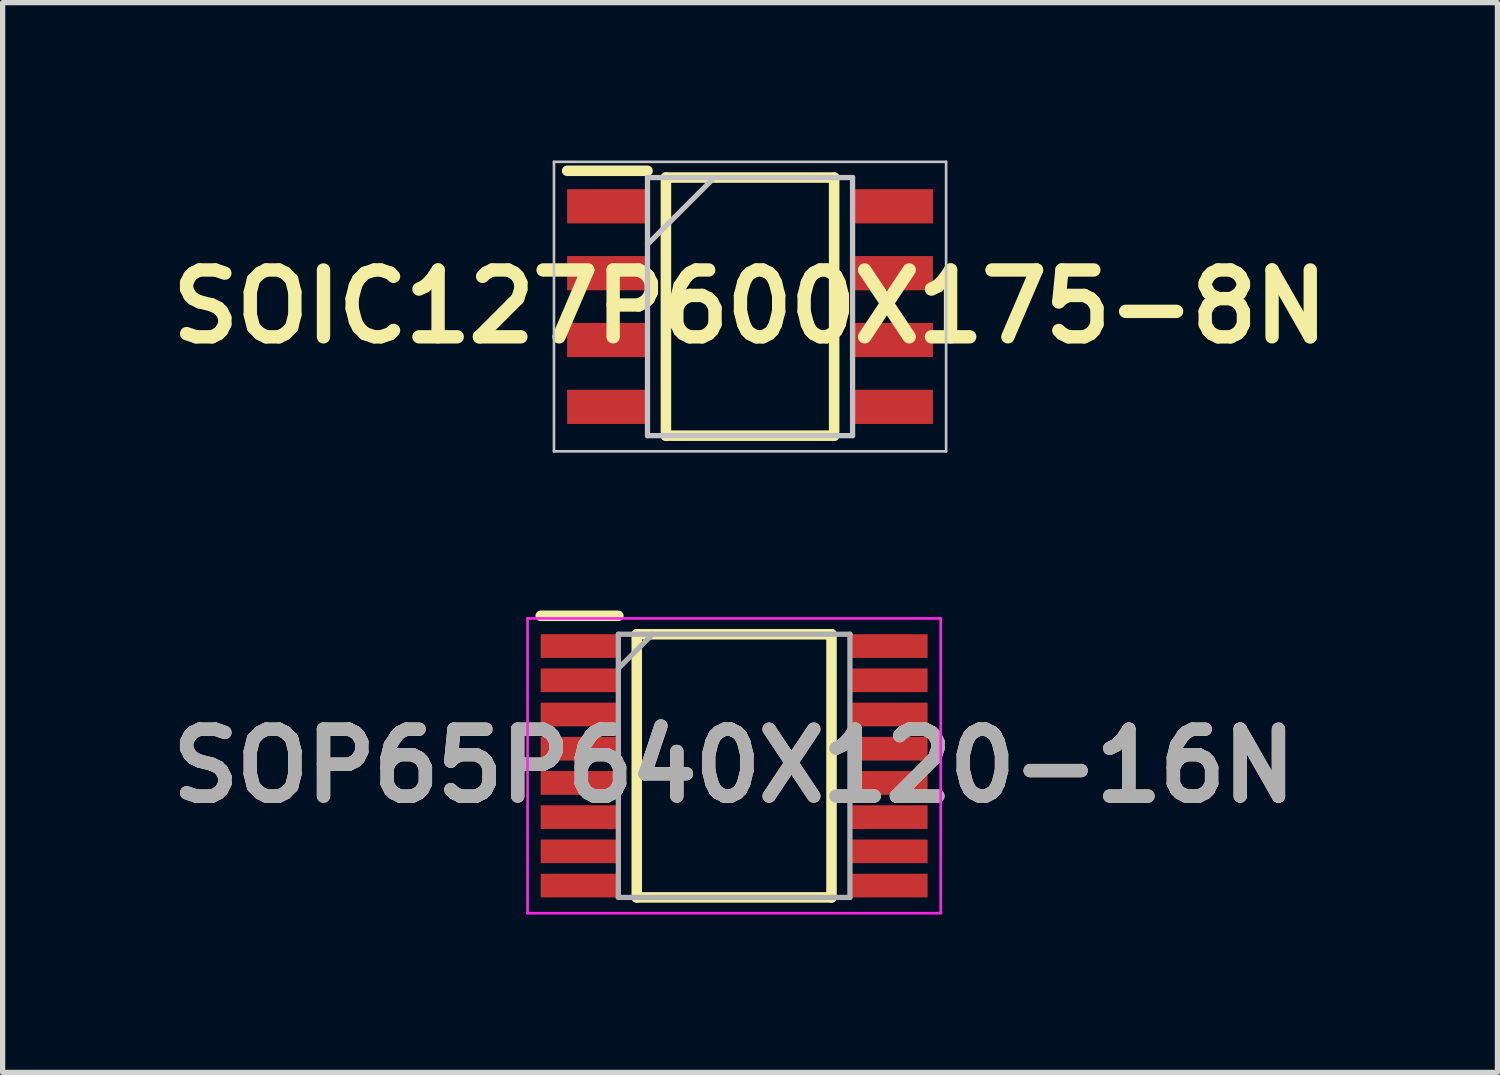
<source format=kicad_pcb>
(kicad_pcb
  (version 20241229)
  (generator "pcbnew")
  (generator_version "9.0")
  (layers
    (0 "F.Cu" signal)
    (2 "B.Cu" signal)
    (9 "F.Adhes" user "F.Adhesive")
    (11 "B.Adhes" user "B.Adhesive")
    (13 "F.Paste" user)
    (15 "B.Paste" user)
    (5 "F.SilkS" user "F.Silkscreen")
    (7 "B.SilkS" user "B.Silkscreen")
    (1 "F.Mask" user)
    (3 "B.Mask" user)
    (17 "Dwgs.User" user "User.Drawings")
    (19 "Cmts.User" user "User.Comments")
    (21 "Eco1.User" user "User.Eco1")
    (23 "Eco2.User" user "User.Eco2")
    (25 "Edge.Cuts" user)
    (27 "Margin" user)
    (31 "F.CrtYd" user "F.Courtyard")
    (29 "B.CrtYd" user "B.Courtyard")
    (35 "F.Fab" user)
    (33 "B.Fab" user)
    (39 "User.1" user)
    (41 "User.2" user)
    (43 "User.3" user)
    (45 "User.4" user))
  (footprint "SOIC127P600X175-8N"
    (layer "F.Cu")
    (at 11.2 2.775)
    (property "Reference" "SOIC127P600X175-8N" (at 0 0 0) (layer "F.SilkS") (effects (font (size 1.27 1.27) (thickness 0.254))))
    (attr smd)
    (fp_line (start -3.475 -2.58) (end -1.948 -2.58) (stroke (width 0.2) (type solid)) (layer "F.SilkS"))
    (fp_line (start -1.598 -2.452) (end 1.598 -2.452) (stroke (width 0.2) (type solid)) (layer "F.SilkS"))
    (fp_line (start -1.598 2.452) (end -1.598 -2.452) (stroke (width 0.2) (type solid)) (layer "F.SilkS"))
    (fp_line (start 1.598 -2.452) (end 1.598 2.452) (stroke (width 0.2) (type solid)) (layer "F.SilkS"))
    (fp_line (start 1.598 2.452) (end -1.598 2.452) (stroke (width 0.2) (type solid)) (layer "F.SilkS"))
    (fp_line (start -3.725 -2.75) (end 3.725 -2.75) (stroke (width 0.05) (type solid)) (layer "Dwgs.User"))
    (fp_line (start -3.725 2.75) (end -3.725 -2.75) (stroke (width 0.05) (type solid)) (layer "Dwgs.User"))
    (fp_line (start -1.948 -2.452) (end 1.948 -2.452) (stroke (width 0.1) (type solid)) (layer "Dwgs.User"))
    (fp_line (start -1.948 -1.182) (end -0.678 -2.452) (stroke (width 0.1) (type solid)) (layer "Dwgs.User"))
    (fp_line (start -1.948 2.452) (end -1.948 -2.452) (stroke (width 0.1) (type solid)) (layer "Dwgs.User"))
    (fp_line (start 1.948 -2.452) (end 1.948 2.452) (stroke (width 0.1) (type solid)) (layer "Dwgs.User"))
    (fp_line (start 1.948 2.452) (end -1.948 2.452) (stroke (width 0.1) (type solid)) (layer "Dwgs.User"))
    (fp_line (start 3.725 -2.75) (end 3.725 2.75) (stroke (width 0.05) (type solid)) (layer "Dwgs.User"))
    (fp_line (start 3.725 2.75) (end -3.725 2.75) (stroke (width 0.05) (type solid)) (layer "Dwgs.User"))
    (pad "1" smd rect (at -2.711 -1.905 90) (size 0.65 1.528) (layers "F.Cu" "F.Mask" "F.Paste"))
    (pad "2" smd rect (at -2.711 -0.635 90) (size 0.65 1.528) (layers "F.Cu" "F.Mask" "F.Paste"))
    (pad "3" smd rect (at -2.711 0.635 90) (size 0.65 1.528) (layers "F.Cu" "F.Mask" "F.Paste"))
    (pad "4" smd rect (at -2.711 1.905 90) (size 0.65 1.528) (layers "F.Cu" "F.Mask" "F.Paste"))
    (pad "5" smd rect (at 2.711 1.905 90) (size 0.65 1.528) (layers "F.Cu" "F.Mask" "F.Paste"))
    (pad "6" smd rect (at 2.711 0.635 90) (size 0.65 1.528) (layers "F.Cu" "F.Mask" "F.Paste"))
    (pad "7" smd rect (at 2.711 -0.635 90) (size 0.65 1.528) (layers "F.Cu" "F.Mask" "F.Paste"))
    (pad "8" smd rect (at 2.711 -1.905 90) (size 0.65 1.528) (layers "F.Cu" "F.Mask" "F.Paste")))
  (footprint "SOP65P640X120-16N"
    (layer "F.Cu")
    (at 10.898 11.5)
    (property "Reference" "SOP65P640X120-16N" (at 0 0 0) (layer "F.SilkS") (effects (font (size 1.27 1.27) (thickness 0.254))))
    (attr smd)
    (fp_line (start -3.675 -2.85) (end -2.2 -2.85) (stroke (width 0.2) (type solid)) (layer "F.SilkS"))
    (fp_line (start -1.85 -2.5) (end 1.85 -2.5) (stroke (width 0.2) (type solid)) (layer "F.SilkS"))
    (fp_line (start -1.85 2.5) (end -1.85 -2.5) (stroke (width 0.2) (type solid)) (layer "F.SilkS"))
    (fp_line (start 1.85 -2.5) (end 1.85 2.5) (stroke (width 0.2) (type solid)) (layer "F.SilkS"))
    (fp_line (start 1.85 2.5) (end -1.85 2.5) (stroke (width 0.2) (type solid)) (layer "F.SilkS"))
    (fp_line (start -3.925 -2.8) (end 3.925 -2.8) (stroke (width 0.05) (type solid)) (layer "F.CrtYd"))
    (fp_line (start -3.925 2.8) (end -3.925 -2.8) (stroke (width 0.05) (type solid)) (layer "F.CrtYd"))
    (fp_line (start 3.925 -2.8) (end 3.925 2.8) (stroke (width 0.05) (type solid)) (layer "F.CrtYd"))
    (fp_line (start 3.925 2.8) (end -3.925 2.8) (stroke (width 0.05) (type solid)) (layer "F.CrtYd"))
    (fp_line (start -2.2 -2.5) (end 2.2 -2.5) (stroke (width 0.1) (type solid)) (layer "F.Fab"))
    (fp_line (start -2.2 -1.85) (end -1.55 -2.5) (stroke (width 0.1) (type solid)) (layer "F.Fab"))
    (fp_line (start -2.2 2.5) (end -2.2 -2.5) (stroke (width 0.1) (type solid)) (layer "F.Fab"))
    (fp_line (start 2.2 -2.5) (end 2.2 2.5) (stroke (width 0.1) (type solid)) (layer "F.Fab"))
    (fp_line (start 2.2 2.5) (end -2.2 2.5) (stroke (width 0.1) (type solid)) (layer "F.Fab"))
    (fp_text user "${REFERENCE}" (at 0 0 0) (layer "F.Fab") (effects (font (size 1.27 1.27) (thickness 0.254))))
    (pad "1" smd rect (at -2.938 -2.275 90) (size 0.45 1.475) (layers "F.Cu" "F.Mask" "F.Paste"))
    (pad "2" smd rect (at -2.938 -1.625 90) (size 0.45 1.475) (layers "F.Cu" "F.Mask" "F.Paste"))
    (pad "3" smd rect (at -2.938 -0.975 90) (size 0.45 1.475) (layers "F.Cu" "F.Mask" "F.Paste"))
    (pad "4" smd rect (at -2.938 -0.325 90) (size 0.45 1.475) (layers "F.Cu" "F.Mask" "F.Paste"))
    (pad "5" smd rect (at -2.938 0.325 90) (size 0.45 1.475) (layers "F.Cu" "F.Mask" "F.Paste"))
    (pad "6" smd rect (at -2.938 0.975 90) (size 0.45 1.475) (layers "F.Cu" "F.Mask" "F.Paste"))
    (pad "7" smd rect (at -2.938 1.625 90) (size 0.45 1.475) (layers "F.Cu" "F.Mask" "F.Paste"))
    (pad "8" smd rect (at -2.938 2.275 90) (size 0.45 1.475) (layers "F.Cu" "F.Mask" "F.Paste"))
    (pad "9" smd rect (at 2.938 2.275 90) (size 0.45 1.475) (layers "F.Cu" "F.Mask" "F.Paste"))
    (pad "10" smd rect (at 2.938 1.625 90) (size 0.45 1.475) (layers "F.Cu" "F.Mask" "F.Paste"))
    (pad "11" smd rect (at 2.938 0.975 90) (size 0.45 1.475) (layers "F.Cu" "F.Mask" "F.Paste"))
    (pad "12" smd rect (at 2.938 0.325 90) (size 0.45 1.475) (layers "F.Cu" "F.Mask" "F.Paste"))
    (pad "13" smd rect (at 2.938 -0.325 90) (size 0.45 1.475) (layers "F.Cu" "F.Mask" "F.Paste"))
    (pad "14" smd rect (at 2.938 -0.975 90) (size 0.45 1.475) (layers "F.Cu" "F.Mask" "F.Paste"))
    (pad "15" smd rect (at 2.938 -1.625 90) (size 0.45 1.475) (layers "F.Cu" "F.Mask" "F.Paste"))
    (pad "16" smd rect (at 2.938 -2.275 90) (size 0.45 1.475) (layers "F.Cu" "F.Mask" "F.Paste")))
  (gr_rect
    (start -3 -3)
    (end 25.4 17.325)
    (stroke (width 0.1) (type default))
    (fill no)
    (layer "Edge.Cuts")))
</source>
